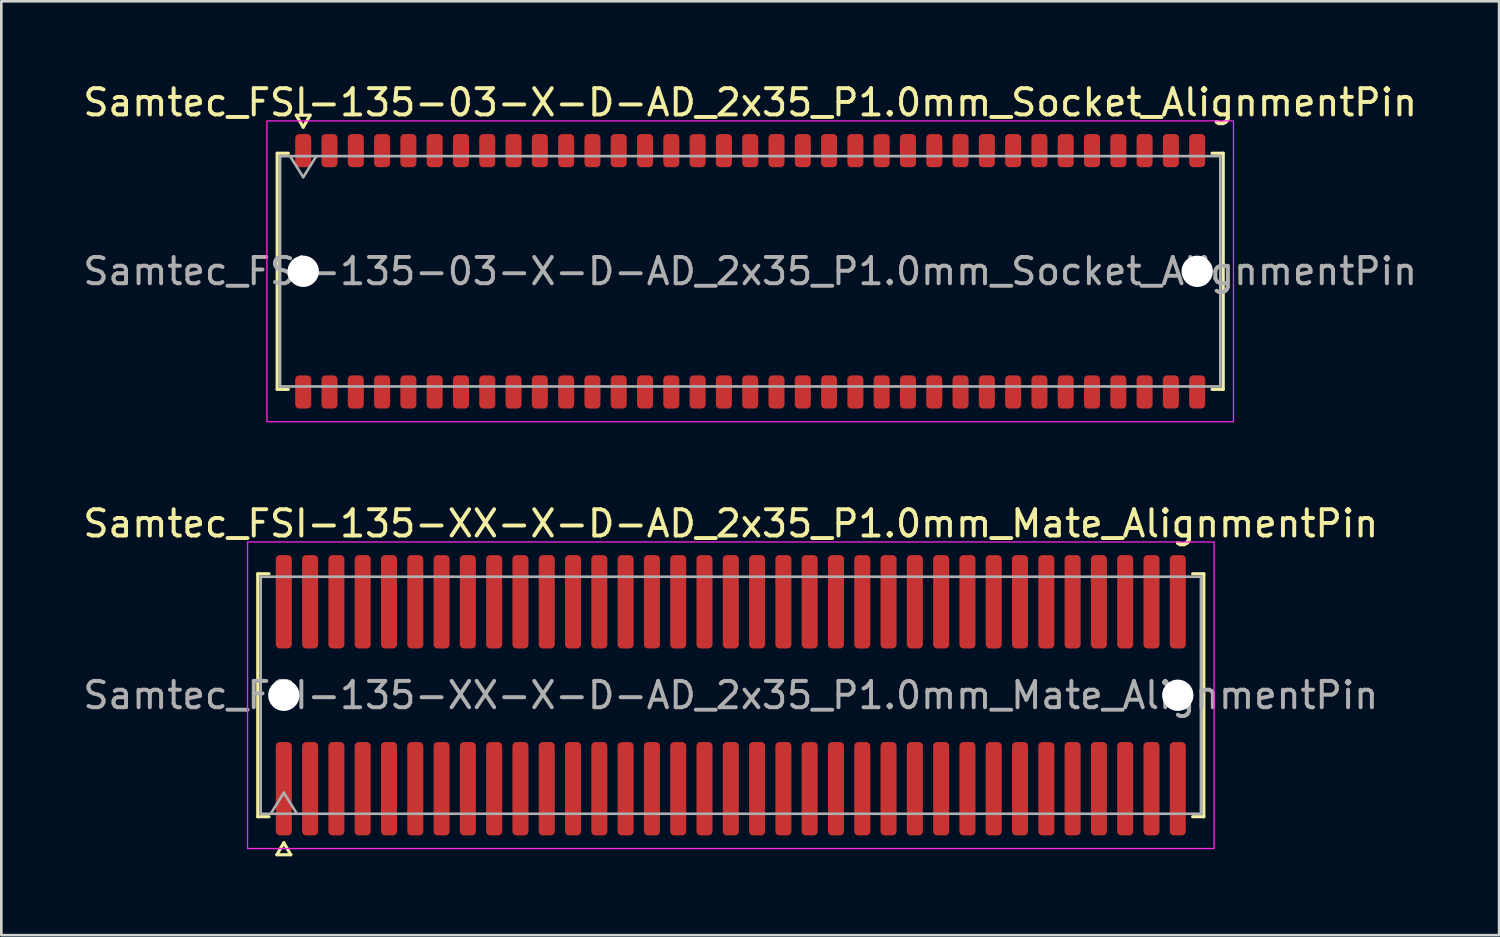
<source format=kicad_pcb>
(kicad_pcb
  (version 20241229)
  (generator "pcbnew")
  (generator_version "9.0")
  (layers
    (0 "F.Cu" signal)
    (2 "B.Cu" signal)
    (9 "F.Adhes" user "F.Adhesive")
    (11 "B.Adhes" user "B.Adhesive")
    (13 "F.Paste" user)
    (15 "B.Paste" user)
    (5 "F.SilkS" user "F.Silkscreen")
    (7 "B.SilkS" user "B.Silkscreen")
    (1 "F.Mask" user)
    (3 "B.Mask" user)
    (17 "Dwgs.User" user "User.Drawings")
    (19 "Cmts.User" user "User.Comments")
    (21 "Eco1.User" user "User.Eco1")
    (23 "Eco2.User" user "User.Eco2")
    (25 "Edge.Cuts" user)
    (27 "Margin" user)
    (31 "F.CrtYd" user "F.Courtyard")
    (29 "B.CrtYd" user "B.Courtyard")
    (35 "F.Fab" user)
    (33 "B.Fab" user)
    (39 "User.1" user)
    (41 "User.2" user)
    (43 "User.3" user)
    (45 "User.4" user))
  (footprint "Samtec_FSI-135-03-X-D-AD_2x35_P1.0mm_Socket_AlignmentPin"
    (layer "F.Cu")
    (at 25.482 7.268)
    (property "Reference" "Samtec_FSI-135-03-X-D-AD_2x35_P1.0mm_Socket_AlignmentPin" (at 0 -6.42 0) (layer "F.SilkS") (effects (font (size 1 1) (thickness 0.15))))
    (attr smd)
    (fp_line (start -17.99 -4.49) (end -17.565 -4.49) (stroke (width 0.12) (type solid)) (layer "F.SilkS"))
    (fp_line (start -17.99 4.49) (end -17.99 -4.49) (stroke (width 0.12) (type solid)) (layer "F.SilkS"))
    (fp_line (start -17.565 4.49) (end -17.99 4.49) (stroke (width 0.12) (type solid)) (layer "F.SilkS"))
    (fp_line (start -17.264 -5.938) (end -17 -5.48) (stroke (width 0.12) (type solid)) (layer "F.SilkS"))
    (fp_line (start -17 -5.48) (end -16.736 -5.938) (stroke (width 0.12) (type solid)) (layer "F.SilkS"))
    (fp_line (start -16.736 -5.938) (end -17.264 -5.938) (stroke (width 0.12) (type solid)) (layer "F.SilkS"))
    (fp_line (start 17.565 -4.49) (end 17.99 -4.49) (stroke (width 0.12) (type solid)) (layer "F.SilkS"))
    (fp_line (start 17.99 -4.49) (end 17.99 4.49) (stroke (width 0.12) (type solid)) (layer "F.SilkS"))
    (fp_line (start 17.99 4.49) (end 17.565 4.49) (stroke (width 0.12) (type solid)) (layer "F.SilkS"))
    (fp_rect (start -18.38 -5.72) (end 18.38 5.72) (stroke (width 0.05) (type solid)) (fill no) (layer "F.CrtYd"))
    (fp_line (start -17.88 -4.38) (end 17.88 -4.38) (stroke (width 0.1) (type solid)) (layer "F.Fab"))
    (fp_line (start -17.88 4.38) (end -17.88 -4.38) (stroke (width 0.1) (type solid)) (layer "F.Fab"))
    (fp_line (start -17.5 -4.38) (end -17 -3.58) (stroke (width 0.1) (type solid)) (layer "F.Fab"))
    (fp_line (start -17 -3.58) (end -16.5 -4.38) (stroke (width 0.1) (type solid)) (layer "F.Fab"))
    (fp_line (start 17.88 -4.38) (end 17.88 4.38) (stroke (width 0.1) (type solid)) (layer "F.Fab"))
    (fp_line (start 17.88 4.38) (end -17.88 4.38) (stroke (width 0.1) (type solid)) (layer "F.Fab"))
    (fp_text user "${REFERENCE}" (at 0 0 0) (layer "F.Fab") (effects (font (size 1 1) (thickness 0.15))))
    (pad "" np_thru_hole circle (at -17 0) (size 1.19 1.19) (drill 1.19) (layers "*.Cu" "*.Mask"))
    (pad "" np_thru_hole circle (at 17 0) (size 1.19 1.19) (drill 1.19) (layers "*.Cu" "*.Mask"))
    (pad "1" smd roundrect (at -17 -4.59) (size 0.61 1.26) (layers "F.Cu" "F.Mask" "F.Paste") (roundrect_rratio 0.25))
    (pad "2" smd roundrect (at -17 4.59) (size 0.61 1.26) (layers "F.Cu" "F.Mask" "F.Paste") (roundrect_rratio 0.25))
    (pad "3" smd roundrect (at -16 -4.59) (size 0.61 1.26) (layers "F.Cu" "F.Mask" "F.Paste") (roundrect_rratio 0.25))
    (pad "4" smd roundrect (at -16 4.59) (size 0.61 1.26) (layers "F.Cu" "F.Mask" "F.Paste") (roundrect_rratio 0.25))
    (pad "5" smd roundrect (at -15 -4.59) (size 0.61 1.26) (layers "F.Cu" "F.Mask" "F.Paste") (roundrect_rratio 0.25))
    (pad "6" smd roundrect (at -15 4.59) (size 0.61 1.26) (layers "F.Cu" "F.Mask" "F.Paste") (roundrect_rratio 0.25))
    (pad "7" smd roundrect (at -14 -4.59) (size 0.61 1.26) (layers "F.Cu" "F.Mask" "F.Paste") (roundrect_rratio 0.25))
    (pad "8" smd roundrect (at -14 4.59) (size 0.61 1.26) (layers "F.Cu" "F.Mask" "F.Paste") (roundrect_rratio 0.25))
    (pad "9" smd roundrect (at -13 -4.59) (size 0.61 1.26) (layers "F.Cu" "F.Mask" "F.Paste") (roundrect_rratio 0.25))
    (pad "10" smd roundrect (at -13 4.59) (size 0.61 1.26) (layers "F.Cu" "F.Mask" "F.Paste") (roundrect_rratio 0.25))
    (pad "11" smd roundrect (at -12 -4.59) (size 0.61 1.26) (layers "F.Cu" "F.Mask" "F.Paste") (roundrect_rratio 0.25))
    (pad "12" smd roundrect (at -12 4.59) (size 0.61 1.26) (layers "F.Cu" "F.Mask" "F.Paste") (roundrect_rratio 0.25))
    (pad "13" smd roundrect (at -11 -4.59) (size 0.61 1.26) (layers "F.Cu" "F.Mask" "F.Paste") (roundrect_rratio 0.25))
    (pad "14" smd roundrect (at -11 4.59) (size 0.61 1.26) (layers "F.Cu" "F.Mask" "F.Paste") (roundrect_rratio 0.25))
    (pad "15" smd roundrect (at -10 -4.59) (size 0.61 1.26) (layers "F.Cu" "F.Mask" "F.Paste") (roundrect_rratio 0.25))
    (pad "16" smd roundrect (at -10 4.59) (size 0.61 1.26) (layers "F.Cu" "F.Mask" "F.Paste") (roundrect_rratio 0.25))
    (pad "17" smd roundrect (at -9 -4.59) (size 0.61 1.26) (layers "F.Cu" "F.Mask" "F.Paste") (roundrect_rratio 0.25))
    (pad "18" smd roundrect (at -9 4.59) (size 0.61 1.26) (layers "F.Cu" "F.Mask" "F.Paste") (roundrect_rratio 0.25))
    (pad "19" smd roundrect (at -8 -4.59) (size 0.61 1.26) (layers "F.Cu" "F.Mask" "F.Paste") (roundrect_rratio 0.25))
    (pad "20" smd roundrect (at -8 4.59) (size 0.61 1.26) (layers "F.Cu" "F.Mask" "F.Paste") (roundrect_rratio 0.25))
    (pad "21" smd roundrect (at -7 -4.59) (size 0.61 1.26) (layers "F.Cu" "F.Mask" "F.Paste") (roundrect_rratio 0.25))
    (pad "22" smd roundrect (at -7 4.59) (size 0.61 1.26) (layers "F.Cu" "F.Mask" "F.Paste") (roundrect_rratio 0.25))
    (pad "23" smd roundrect (at -6 -4.59) (size 0.61 1.26) (layers "F.Cu" "F.Mask" "F.Paste") (roundrect_rratio 0.25))
    (pad "24" smd roundrect (at -6 4.59) (size 0.61 1.26) (layers "F.Cu" "F.Mask" "F.Paste") (roundrect_rratio 0.25))
    (pad "25" smd roundrect (at -5 -4.59) (size 0.61 1.26) (layers "F.Cu" "F.Mask" "F.Paste") (roundrect_rratio 0.25))
    (pad "26" smd roundrect (at -5 4.59) (size 0.61 1.26) (layers "F.Cu" "F.Mask" "F.Paste") (roundrect_rratio 0.25))
    (pad "27" smd roundrect (at -4 -4.59) (size 0.61 1.26) (layers "F.Cu" "F.Mask" "F.Paste") (roundrect_rratio 0.25))
    (pad "28" smd roundrect (at -4 4.59) (size 0.61 1.26) (layers "F.Cu" "F.Mask" "F.Paste") (roundrect_rratio 0.25))
    (pad "29" smd roundrect (at -3 -4.59) (size 0.61 1.26) (layers "F.Cu" "F.Mask" "F.Paste") (roundrect_rratio 0.25))
    (pad "30" smd roundrect (at -3 4.59) (size 0.61 1.26) (layers "F.Cu" "F.Mask" "F.Paste") (roundrect_rratio 0.25))
    (pad "31" smd roundrect (at -2 -4.59) (size 0.61 1.26) (layers "F.Cu" "F.Mask" "F.Paste") (roundrect_rratio 0.25))
    (pad "32" smd roundrect (at -2 4.59) (size 0.61 1.26) (layers "F.Cu" "F.Mask" "F.Paste") (roundrect_rratio 0.25))
    (pad "33" smd roundrect (at -1 -4.59) (size 0.61 1.26) (layers "F.Cu" "F.Mask" "F.Paste") (roundrect_rratio 0.25))
    (pad "34" smd roundrect (at -1 4.59) (size 0.61 1.26) (layers "F.Cu" "F.Mask" "F.Paste") (roundrect_rratio 0.25))
    (pad "35" smd roundrect (at 0 -4.59) (size 0.61 1.26) (layers "F.Cu" "F.Mask" "F.Paste") (roundrect_rratio 0.25))
    (pad "36" smd roundrect (at 0 4.59) (size 0.61 1.26) (layers "F.Cu" "F.Mask" "F.Paste") (roundrect_rratio 0.25))
    (pad "37" smd roundrect (at 1 -4.59) (size 0.61 1.26) (layers "F.Cu" "F.Mask" "F.Paste") (roundrect_rratio 0.25))
    (pad "38" smd roundrect (at 1 4.59) (size 0.61 1.26) (layers "F.Cu" "F.Mask" "F.Paste") (roundrect_rratio 0.25))
    (pad "39" smd roundrect (at 2 -4.59) (size 0.61 1.26) (layers "F.Cu" "F.Mask" "F.Paste") (roundrect_rratio 0.25))
    (pad "40" smd roundrect (at 2 4.59) (size 0.61 1.26) (layers "F.Cu" "F.Mask" "F.Paste") (roundrect_rratio 0.25))
    (pad "41" smd roundrect (at 3 -4.59) (size 0.61 1.26) (layers "F.Cu" "F.Mask" "F.Paste") (roundrect_rratio 0.25))
    (pad "42" smd roundrect (at 3 4.59) (size 0.61 1.26) (layers "F.Cu" "F.Mask" "F.Paste") (roundrect_rratio 0.25))
    (pad "43" smd roundrect (at 4 -4.59) (size 0.61 1.26) (layers "F.Cu" "F.Mask" "F.Paste") (roundrect_rratio 0.25))
    (pad "44" smd roundrect (at 4 4.59) (size 0.61 1.26) (layers "F.Cu" "F.Mask" "F.Paste") (roundrect_rratio 0.25))
    (pad "45" smd roundrect (at 5 -4.59) (size 0.61 1.26) (layers "F.Cu" "F.Mask" "F.Paste") (roundrect_rratio 0.25))
    (pad "46" smd roundrect (at 5 4.59) (size 0.61 1.26) (layers "F.Cu" "F.Mask" "F.Paste") (roundrect_rratio 0.25))
    (pad "47" smd roundrect (at 6 -4.59) (size 0.61 1.26) (layers "F.Cu" "F.Mask" "F.Paste") (roundrect_rratio 0.25))
    (pad "48" smd roundrect (at 6 4.59) (size 0.61 1.26) (layers "F.Cu" "F.Mask" "F.Paste") (roundrect_rratio 0.25))
    (pad "49" smd roundrect (at 7 -4.59) (size 0.61 1.26) (layers "F.Cu" "F.Mask" "F.Paste") (roundrect_rratio 0.25))
    (pad "50" smd roundrect (at 7 4.59) (size 0.61 1.26) (layers "F.Cu" "F.Mask" "F.Paste") (roundrect_rratio 0.25))
    (pad "51" smd roundrect (at 8 -4.59) (size 0.61 1.26) (layers "F.Cu" "F.Mask" "F.Paste") (roundrect_rratio 0.25))
    (pad "52" smd roundrect (at 8 4.59) (size 0.61 1.26) (layers "F.Cu" "F.Mask" "F.Paste") (roundrect_rratio 0.25))
    (pad "53" smd roundrect (at 9 -4.59) (size 0.61 1.26) (layers "F.Cu" "F.Mask" "F.Paste") (roundrect_rratio 0.25))
    (pad "54" smd roundrect (at 9 4.59) (size 0.61 1.26) (layers "F.Cu" "F.Mask" "F.Paste") (roundrect_rratio 0.25))
    (pad "55" smd roundrect (at 10 -4.59) (size 0.61 1.26) (layers "F.Cu" "F.Mask" "F.Paste") (roundrect_rratio 0.25))
    (pad "56" smd roundrect (at 10 4.59) (size 0.61 1.26) (layers "F.Cu" "F.Mask" "F.Paste") (roundrect_rratio 0.25))
    (pad "57" smd roundrect (at 11 -4.59) (size 0.61 1.26) (layers "F.Cu" "F.Mask" "F.Paste") (roundrect_rratio 0.25))
    (pad "58" smd roundrect (at 11 4.59) (size 0.61 1.26) (layers "F.Cu" "F.Mask" "F.Paste") (roundrect_rratio 0.25))
    (pad "59" smd roundrect (at 12 -4.59) (size 0.61 1.26) (layers "F.Cu" "F.Mask" "F.Paste") (roundrect_rratio 0.25))
    (pad "60" smd roundrect (at 12 4.59) (size 0.61 1.26) (layers "F.Cu" "F.Mask" "F.Paste") (roundrect_rratio 0.25))
    (pad "61" smd roundrect (at 13 -4.59) (size 0.61 1.26) (layers "F.Cu" "F.Mask" "F.Paste") (roundrect_rratio 0.25))
    (pad "62" smd roundrect (at 13 4.59) (size 0.61 1.26) (layers "F.Cu" "F.Mask" "F.Paste") (roundrect_rratio 0.25))
    (pad "63" smd roundrect (at 14 -4.59) (size 0.61 1.26) (layers "F.Cu" "F.Mask" "F.Paste") (roundrect_rratio 0.25))
    (pad "64" smd roundrect (at 14 4.59) (size 0.61 1.26) (layers "F.Cu" "F.Mask" "F.Paste") (roundrect_rratio 0.25))
    (pad "65" smd roundrect (at 15 -4.59) (size 0.61 1.26) (layers "F.Cu" "F.Mask" "F.Paste") (roundrect_rratio 0.25))
    (pad "66" smd roundrect (at 15 4.59) (size 0.61 1.26) (layers "F.Cu" "F.Mask" "F.Paste") (roundrect_rratio 0.25))
    (pad "67" smd roundrect (at 16 -4.59) (size 0.61 1.26) (layers "F.Cu" "F.Mask" "F.Paste") (roundrect_rratio 0.25))
    (pad "68" smd roundrect (at 16 4.59) (size 0.61 1.26) (layers "F.Cu" "F.Mask" "F.Paste") (roundrect_rratio 0.25))
    (pad "69" smd roundrect (at 17 -4.59) (size 0.61 1.26) (layers "F.Cu" "F.Mask" "F.Paste") (roundrect_rratio 0.25))
    (pad "70" smd roundrect (at 17 4.59) (size 0.61 1.26) (layers "F.Cu" "F.Mask" "F.Paste") (roundrect_rratio 0.25)))
  (footprint "Samtec_FSI-135-XX-X-D-AD_2x35_P1.0mm_Mate_AlignmentPin"
    (layer "F.Cu")
    (at 24.744 23.392)
    (property "Reference" "Samtec_FSI-135-XX-X-D-AD_2x35_P1.0mm_Mate_AlignmentPin" (at 0 -6.53 0) (layer "F.SilkS") (effects (font (size 1 1) (thickness 0.15))))
    (attr exclude_from_pos_files exclude_from_bom)
    (fp_line (start -17.99 -4.619) (end -17.565 -4.619) (stroke (width 0.12) (type solid)) (layer "F.SilkS"))
    (fp_line (start -17.99 4.619) (end -17.99 -4.619) (stroke (width 0.12) (type solid)) (layer "F.SilkS"))
    (fp_line (start -17.565 4.619) (end -17.99 4.619) (stroke (width 0.12) (type solid)) (layer "F.SilkS"))
    (fp_line (start -17.264 6.066) (end -17 5.609) (stroke (width 0.12) (type solid)) (layer "F.SilkS"))
    (fp_line (start -17 5.609) (end -16.736 6.066) (stroke (width 0.12) (type solid)) (layer "F.SilkS"))
    (fp_line (start -16.736 6.066) (end -17.264 6.066) (stroke (width 0.12) (type solid)) (layer "F.SilkS"))
    (fp_line (start 17.565 -4.619) (end 17.99 -4.619) (stroke (width 0.12) (type solid)) (layer "F.SilkS"))
    (fp_line (start 17.99 -4.619) (end 17.99 4.619) (stroke (width 0.12) (type solid)) (layer "F.SilkS"))
    (fp_line (start 17.99 4.619) (end 17.565 4.619) (stroke (width 0.12) (type solid)) (layer "F.SilkS"))
    (fp_rect (start -18.38 -5.83) (end 18.38 5.83) (stroke (width 0.05) (type solid)) (fill no) (layer "F.CrtYd"))
    (fp_line (start -17.88 -4.508) (end 17.88 -4.508) (stroke (width 0.1) (type solid)) (layer "F.Fab"))
    (fp_line (start -17.88 4.508) (end -17.88 -4.508) (stroke (width 0.1) (type solid)) (layer "F.Fab"))
    (fp_line (start -17.5 4.508) (end -17 3.708) (stroke (width 0.1) (type solid)) (layer "F.Fab"))
    (fp_line (start -17 3.708) (end -16.5 4.508) (stroke (width 0.1) (type solid)) (layer "F.Fab"))
    (fp_line (start 17.88 -4.508) (end 17.88 4.508) (stroke (width 0.1) (type solid)) (layer "F.Fab"))
    (fp_line (start 17.88 4.508) (end -17.88 4.508) (stroke (width 0.1) (type solid)) (layer "F.Fab"))
    (fp_text user "${REFERENCE}" (at 0 0 0) (layer "F.Fab") (effects (font (size 1 1) (thickness 0.15))))
    (pad "" np_thru_hole circle (at -17 0) (size 1.19 1.19) (drill 1.19) (layers "*.Cu" "*.Mask"))
    (pad "" np_thru_hole circle (at 17 0) (size 1.19 1.19) (drill 1.19) (layers "*.Cu" "*.Mask"))
    (pad "1" smd roundrect (at -17 3.555) (size 0.61 3.55) (layers "F.Cu" "F.Mask") (roundrect_rratio 0.25))
    (pad "2" smd roundrect (at -17 -3.555) (size 0.61 3.55) (layers "F.Cu" "F.Mask") (roundrect_rratio 0.25))
    (pad "3" smd roundrect (at -16 3.555) (size 0.61 3.55) (layers "F.Cu" "F.Mask") (roundrect_rratio 0.25))
    (pad "4" smd roundrect (at -16 -3.555) (size 0.61 3.55) (layers "F.Cu" "F.Mask") (roundrect_rratio 0.25))
    (pad "5" smd roundrect (at -15 3.555) (size 0.61 3.55) (layers "F.Cu" "F.Mask") (roundrect_rratio 0.25))
    (pad "6" smd roundrect (at -15 -3.555) (size 0.61 3.55) (layers "F.Cu" "F.Mask") (roundrect_rratio 0.25))
    (pad "7" smd roundrect (at -14 3.555) (size 0.61 3.55) (layers "F.Cu" "F.Mask") (roundrect_rratio 0.25))
    (pad "8" smd roundrect (at -14 -3.555) (size 0.61 3.55) (layers "F.Cu" "F.Mask") (roundrect_rratio 0.25))
    (pad "9" smd roundrect (at -13 3.555) (size 0.61 3.55) (layers "F.Cu" "F.Mask") (roundrect_rratio 0.25))
    (pad "10" smd roundrect (at -13 -3.555) (size 0.61 3.55) (layers "F.Cu" "F.Mask") (roundrect_rratio 0.25))
    (pad "11" smd roundrect (at -12 3.555) (size 0.61 3.55) (layers "F.Cu" "F.Mask") (roundrect_rratio 0.25))
    (pad "12" smd roundrect (at -12 -3.555) (size 0.61 3.55) (layers "F.Cu" "F.Mask") (roundrect_rratio 0.25))
    (pad "13" smd roundrect (at -11 3.555) (size 0.61 3.55) (layers "F.Cu" "F.Mask") (roundrect_rratio 0.25))
    (pad "14" smd roundrect (at -11 -3.555) (size 0.61 3.55) (layers "F.Cu" "F.Mask") (roundrect_rratio 0.25))
    (pad "15" smd roundrect (at -10 3.555) (size 0.61 3.55) (layers "F.Cu" "F.Mask") (roundrect_rratio 0.25))
    (pad "16" smd roundrect (at -10 -3.555) (size 0.61 3.55) (layers "F.Cu" "F.Mask") (roundrect_rratio 0.25))
    (pad "17" smd roundrect (at -9 3.555) (size 0.61 3.55) (layers "F.Cu" "F.Mask") (roundrect_rratio 0.25))
    (pad "18" smd roundrect (at -9 -3.555) (size 0.61 3.55) (layers "F.Cu" "F.Mask") (roundrect_rratio 0.25))
    (pad "19" smd roundrect (at -8 3.555) (size 0.61 3.55) (layers "F.Cu" "F.Mask") (roundrect_rratio 0.25))
    (pad "20" smd roundrect (at -8 -3.555) (size 0.61 3.55) (layers "F.Cu" "F.Mask") (roundrect_rratio 0.25))
    (pad "21" smd roundrect (at -7 3.555) (size 0.61 3.55) (layers "F.Cu" "F.Mask") (roundrect_rratio 0.25))
    (pad "22" smd roundrect (at -7 -3.555) (size 0.61 3.55) (layers "F.Cu" "F.Mask") (roundrect_rratio 0.25))
    (pad "23" smd roundrect (at -6 3.555) (size 0.61 3.55) (layers "F.Cu" "F.Mask") (roundrect_rratio 0.25))
    (pad "24" smd roundrect (at -6 -3.555) (size 0.61 3.55) (layers "F.Cu" "F.Mask") (roundrect_rratio 0.25))
    (pad "25" smd roundrect (at -5 3.555) (size 0.61 3.55) (layers "F.Cu" "F.Mask") (roundrect_rratio 0.25))
    (pad "26" smd roundrect (at -5 -3.555) (size 0.61 3.55) (layers "F.Cu" "F.Mask") (roundrect_rratio 0.25))
    (pad "27" smd roundrect (at -4 3.555) (size 0.61 3.55) (layers "F.Cu" "F.Mask") (roundrect_rratio 0.25))
    (pad "28" smd roundrect (at -4 -3.555) (size 0.61 3.55) (layers "F.Cu" "F.Mask") (roundrect_rratio 0.25))
    (pad "29" smd roundrect (at -3 3.555) (size 0.61 3.55) (layers "F.Cu" "F.Mask") (roundrect_rratio 0.25))
    (pad "30" smd roundrect (at -3 -3.555) (size 0.61 3.55) (layers "F.Cu" "F.Mask") (roundrect_rratio 0.25))
    (pad "31" smd roundrect (at -2 3.555) (size 0.61 3.55) (layers "F.Cu" "F.Mask") (roundrect_rratio 0.25))
    (pad "32" smd roundrect (at -2 -3.555) (size 0.61 3.55) (layers "F.Cu" "F.Mask") (roundrect_rratio 0.25))
    (pad "33" smd roundrect (at -1 3.555) (size 0.61 3.55) (layers "F.Cu" "F.Mask") (roundrect_rratio 0.25))
    (pad "34" smd roundrect (at -1 -3.555) (size 0.61 3.55) (layers "F.Cu" "F.Mask") (roundrect_rratio 0.25))
    (pad "35" smd roundrect (at 0 3.555) (size 0.61 3.55) (layers "F.Cu" "F.Mask") (roundrect_rratio 0.25))
    (pad "36" smd roundrect (at 0 -3.555) (size 0.61 3.55) (layers "F.Cu" "F.Mask") (roundrect_rratio 0.25))
    (pad "37" smd roundrect (at 1 3.555) (size 0.61 3.55) (layers "F.Cu" "F.Mask") (roundrect_rratio 0.25))
    (pad "38" smd roundrect (at 1 -3.555) (size 0.61 3.55) (layers "F.Cu" "F.Mask") (roundrect_rratio 0.25))
    (pad "39" smd roundrect (at 2 3.555) (size 0.61 3.55) (layers "F.Cu" "F.Mask") (roundrect_rratio 0.25))
    (pad "40" smd roundrect (at 2 -3.555) (size 0.61 3.55) (layers "F.Cu" "F.Mask") (roundrect_rratio 0.25))
    (pad "41" smd roundrect (at 3 3.555) (size 0.61 3.55) (layers "F.Cu" "F.Mask") (roundrect_rratio 0.25))
    (pad "42" smd roundrect (at 3 -3.555) (size 0.61 3.55) (layers "F.Cu" "F.Mask") (roundrect_rratio 0.25))
    (pad "43" smd roundrect (at 4 3.555) (size 0.61 3.55) (layers "F.Cu" "F.Mask") (roundrect_rratio 0.25))
    (pad "44" smd roundrect (at 4 -3.555) (size 0.61 3.55) (layers "F.Cu" "F.Mask") (roundrect_rratio 0.25))
    (pad "45" smd roundrect (at 5 3.555) (size 0.61 3.55) (layers "F.Cu" "F.Mask") (roundrect_rratio 0.25))
    (pad "46" smd roundrect (at 5 -3.555) (size 0.61 3.55) (layers "F.Cu" "F.Mask") (roundrect_rratio 0.25))
    (pad "47" smd roundrect (at 6 3.555) (size 0.61 3.55) (layers "F.Cu" "F.Mask") (roundrect_rratio 0.25))
    (pad "48" smd roundrect (at 6 -3.555) (size 0.61 3.55) (layers "F.Cu" "F.Mask") (roundrect_rratio 0.25))
    (pad "49" smd roundrect (at 7 3.555) (size 0.61 3.55) (layers "F.Cu" "F.Mask") (roundrect_rratio 0.25))
    (pad "50" smd roundrect (at 7 -3.555) (size 0.61 3.55) (layers "F.Cu" "F.Mask") (roundrect_rratio 0.25))
    (pad "51" smd roundrect (at 8 3.555) (size 0.61 3.55) (layers "F.Cu" "F.Mask") (roundrect_rratio 0.25))
    (pad "52" smd roundrect (at 8 -3.555) (size 0.61 3.55) (layers "F.Cu" "F.Mask") (roundrect_rratio 0.25))
    (pad "53" smd roundrect (at 9 3.555) (size 0.61 3.55) (layers "F.Cu" "F.Mask") (roundrect_rratio 0.25))
    (pad "54" smd roundrect (at 9 -3.555) (size 0.61 3.55) (layers "F.Cu" "F.Mask") (roundrect_rratio 0.25))
    (pad "55" smd roundrect (at 10 3.555) (size 0.61 3.55) (layers "F.Cu" "F.Mask") (roundrect_rratio 0.25))
    (pad "56" smd roundrect (at 10 -3.555) (size 0.61 3.55) (layers "F.Cu" "F.Mask") (roundrect_rratio 0.25))
    (pad "57" smd roundrect (at 11 3.555) (size 0.61 3.55) (layers "F.Cu" "F.Mask") (roundrect_rratio 0.25))
    (pad "58" smd roundrect (at 11 -3.555) (size 0.61 3.55) (layers "F.Cu" "F.Mask") (roundrect_rratio 0.25))
    (pad "59" smd roundrect (at 12 3.555) (size 0.61 3.55) (layers "F.Cu" "F.Mask") (roundrect_rratio 0.25))
    (pad "60" smd roundrect (at 12 -3.555) (size 0.61 3.55) (layers "F.Cu" "F.Mask") (roundrect_rratio 0.25))
    (pad "61" smd roundrect (at 13 3.555) (size 0.61 3.55) (layers "F.Cu" "F.Mask") (roundrect_rratio 0.25))
    (pad "62" smd roundrect (at 13 -3.555) (size 0.61 3.55) (layers "F.Cu" "F.Mask") (roundrect_rratio 0.25))
    (pad "63" smd roundrect (at 14 3.555) (size 0.61 3.55) (layers "F.Cu" "F.Mask") (roundrect_rratio 0.25))
    (pad "64" smd roundrect (at 14 -3.555) (size 0.61 3.55) (layers "F.Cu" "F.Mask") (roundrect_rratio 0.25))
    (pad "65" smd roundrect (at 15 3.555) (size 0.61 3.55) (layers "F.Cu" "F.Mask") (roundrect_rratio 0.25))
    (pad "66" smd roundrect (at 15 -3.555) (size 0.61 3.55) (layers "F.Cu" "F.Mask") (roundrect_rratio 0.25))
    (pad "67" smd roundrect (at 16 3.555) (size 0.61 3.55) (layers "F.Cu" "F.Mask") (roundrect_rratio 0.25))
    (pad "68" smd roundrect (at 16 -3.555) (size 0.61 3.55) (layers "F.Cu" "F.Mask") (roundrect_rratio 0.25))
    (pad "69" smd roundrect (at 17 3.555) (size 0.61 3.55) (layers "F.Cu" "F.Mask") (roundrect_rratio 0.25))
    (pad "70" smd roundrect (at 17 -3.555) (size 0.61 3.55) (layers "F.Cu" "F.Mask") (roundrect_rratio 0.25)))
  (gr_rect
    (start -3 -3)
    (end 53.964 32.517)
    (stroke (width 0.1) (type default))
    (fill no)
    (layer "Edge.Cuts")))
</source>
